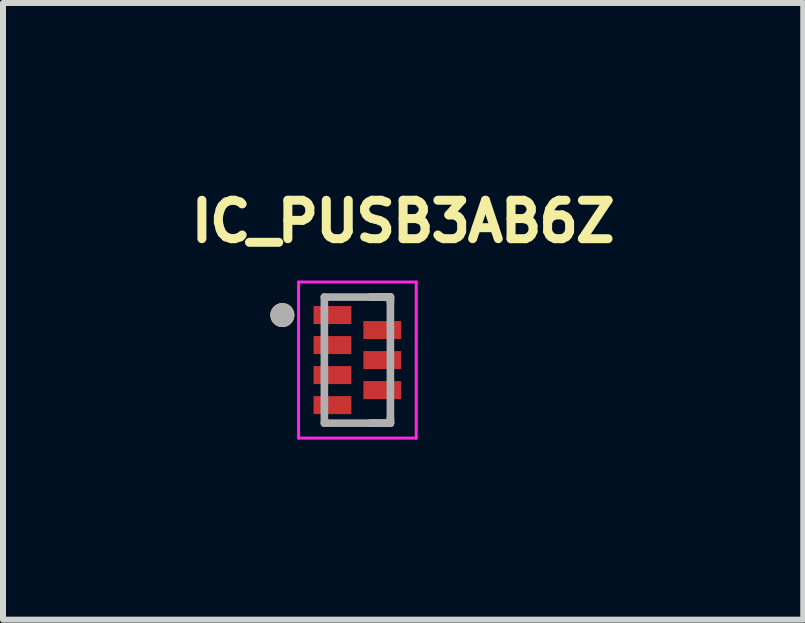
<source format=kicad_pcb>
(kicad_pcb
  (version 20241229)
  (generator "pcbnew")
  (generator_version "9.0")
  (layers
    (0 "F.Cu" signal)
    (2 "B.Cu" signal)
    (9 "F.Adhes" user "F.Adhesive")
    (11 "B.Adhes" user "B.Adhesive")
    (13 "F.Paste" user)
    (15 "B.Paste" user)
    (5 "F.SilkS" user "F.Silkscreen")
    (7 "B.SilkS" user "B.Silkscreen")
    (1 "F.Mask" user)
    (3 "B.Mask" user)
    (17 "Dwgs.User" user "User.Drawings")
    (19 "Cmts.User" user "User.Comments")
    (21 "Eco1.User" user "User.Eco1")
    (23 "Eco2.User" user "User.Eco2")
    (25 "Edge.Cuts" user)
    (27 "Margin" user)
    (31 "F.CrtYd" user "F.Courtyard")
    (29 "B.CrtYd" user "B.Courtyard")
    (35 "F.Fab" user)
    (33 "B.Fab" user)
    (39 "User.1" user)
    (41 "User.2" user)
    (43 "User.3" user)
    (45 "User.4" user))
  (footprint "IC_PUSB3AB6Z"
    (layer "F.Cu")
    (at 2.904 2.949)
    (property "Reference" "IC_PUSB3AB6Z" (at 0.762 -2.311 0) (layer "F.SilkS") (effects (font (size 0.64 0.64) (thickness 0.15))))
    (attr smd)
    (fp_poly (pts (xy -0.68 -0.85) (xy -0.15 -0.85) (xy -0.15 -0.65) (xy -0.68 -0.65)) (stroke (width 0.01) (type solid)) (fill yes) (layer "F.Mask"))
    (fp_poly (pts (xy -0.68 -0.35) (xy -0.15 -0.35) (xy -0.15 -0.15) (xy -0.68 -0.15)) (stroke (width 0.01) (type solid)) (fill yes) (layer "F.Mask"))
    (fp_poly (pts (xy -0.68 0.15) (xy -0.15 0.15) (xy -0.15 0.35) (xy -0.68 0.35)) (stroke (width 0.01) (type solid)) (fill yes) (layer "F.Mask"))
    (fp_poly (pts (xy -0.68 0.65) (xy -0.15 0.65) (xy -0.15 0.85) (xy -0.68 0.85)) (stroke (width 0.01) (type solid)) (fill yes) (layer "F.Mask"))
    (fp_poly (pts (xy 0.15 -0.6) (xy 0.68 -0.6) (xy 0.68 -0.4) (xy 0.15 -0.4)) (stroke (width 0.01) (type solid)) (fill yes) (layer "F.Mask"))
    (fp_poly (pts (xy 0.15 -0.1) (xy 0.68 -0.1) (xy 0.68 0.1) (xy 0.15 0.1)) (stroke (width 0.01) (type solid)) (fill yes) (layer "F.Mask"))
    (fp_poly (pts (xy 0.15 0.4) (xy 0.68 0.4) (xy 0.68 0.6) (xy 0.15 0.6)) (stroke (width 0.01) (type solid)) (fill yes) (layer "F.Mask"))
    (fp_line (start 0.213 -1.05) (end 0.55 -1.05) (stroke (width 0.127) (type solid)) (layer "F.SilkS"))
    (fp_line (start 0.55 -1.05) (end 0.55 -0.964) (stroke (width 0.127) (type solid)) (layer "F.SilkS"))
    (fp_line (start 0.55 0.964) (end 0.55 1.05) (stroke (width 0.127) (type solid)) (layer "F.SilkS"))
    (fp_line (start 0.55 1.05) (end 0.213 1.05) (stroke (width 0.127) (type solid)) (layer "F.SilkS"))
    (fp_circle (center -1.25 -0.75) (end -1.15 -0.75) (stroke (width 0.2) (type solid)) (fill no) (layer "F.SilkS"))
    (fp_poly (pts (xy -0.68 -0.85) (xy -0.15 -0.85) (xy -0.15 -0.65) (xy -0.68 -0.65)) (stroke (width 0.01) (type solid)) (fill yes) (layer "F.Paste"))
    (fp_poly (pts (xy -0.68 -0.35) (xy -0.15 -0.35) (xy -0.15 -0.15) (xy -0.68 -0.15)) (stroke (width 0.01) (type solid)) (fill yes) (layer "F.Paste"))
    (fp_poly (pts (xy -0.68 0.15) (xy -0.15 0.15) (xy -0.15 0.35) (xy -0.68 0.35)) (stroke (width 0.01) (type solid)) (fill yes) (layer "F.Paste"))
    (fp_poly (pts (xy -0.68 0.65) (xy -0.15 0.65) (xy -0.15 0.85) (xy -0.68 0.85)) (stroke (width 0.01) (type solid)) (fill yes) (layer "F.Paste"))
    (fp_poly (pts (xy 0.15 -0.6) (xy 0.68 -0.6) (xy 0.68 -0.4) (xy 0.15 -0.4)) (stroke (width 0.01) (type solid)) (fill yes) (layer "F.Paste"))
    (fp_poly (pts (xy 0.15 -0.1) (xy 0.68 -0.1) (xy 0.68 0.1) (xy 0.15 0.1)) (stroke (width 0.01) (type solid)) (fill yes) (layer "F.Paste"))
    (fp_poly (pts (xy 0.15 0.4) (xy 0.68 0.4) (xy 0.68 0.6) (xy 0.15 0.6)) (stroke (width 0.01) (type solid)) (fill yes) (layer "F.Paste"))
    (fp_line (start -0.98 -1.3) (end 0.98 -1.3) (stroke (width 0.05) (type solid)) (layer "F.CrtYd"))
    (fp_line (start -0.98 1.3) (end -0.98 -1.3) (stroke (width 0.05) (type solid)) (layer "F.CrtYd"))
    (fp_line (start 0.98 -1.3) (end 0.98 1.3) (stroke (width 0.05) (type solid)) (layer "F.CrtYd"))
    (fp_line (start 0.98 1.3) (end -0.98 1.3) (stroke (width 0.05) (type solid)) (layer "F.CrtYd"))
    (fp_line (start -0.55 -1.05) (end 0.55 -1.05) (stroke (width 0.127) (type solid)) (layer "F.Fab"))
    (fp_line (start -0.55 1.05) (end -0.55 -1.05) (stroke (width 0.127) (type solid)) (layer "F.Fab"))
    (fp_line (start 0.55 -1.05) (end 0.55 1.05) (stroke (width 0.127) (type solid)) (layer "F.Fab"))
    (fp_line (start 0.55 1.05) (end -0.55 1.05) (stroke (width 0.127) (type solid)) (layer "F.Fab"))
    (fp_circle (center -1.25 -0.75) (end -1.15 -0.75) (stroke (width 0.2) (type solid)) (fill no) (layer "F.Fab"))
    (pad "1" smd rect (at -0.415 -0.75) (size 0.63 0.3) (layers "F.Cu"))
    (pad "2" smd rect (at -0.415 -0.25) (size 0.63 0.3) (layers "F.Cu"))
    (pad "3" smd rect (at -0.415 0.25) (size 0.63 0.3) (layers "F.Cu"))
    (pad "4" smd rect (at -0.415 0.75) (size 0.63 0.3) (layers "F.Cu"))
    (pad "5" smd rect (at 0.415 0.5) (size 0.63 0.3) (layers "F.Cu"))
    (pad "6" smd rect (at 0.415 0) (size 0.63 0.3) (layers "F.Cu"))
    (pad "7" smd rect (at 0.415 -0.5) (size 0.63 0.3) (layers "F.Cu")))
  (gr_rect
    (start -3 -3)
    (end 10.332 7.274)
    (stroke (width 0.1) (type default))
    (fill no)
    (layer "Edge.Cuts")))
</source>
